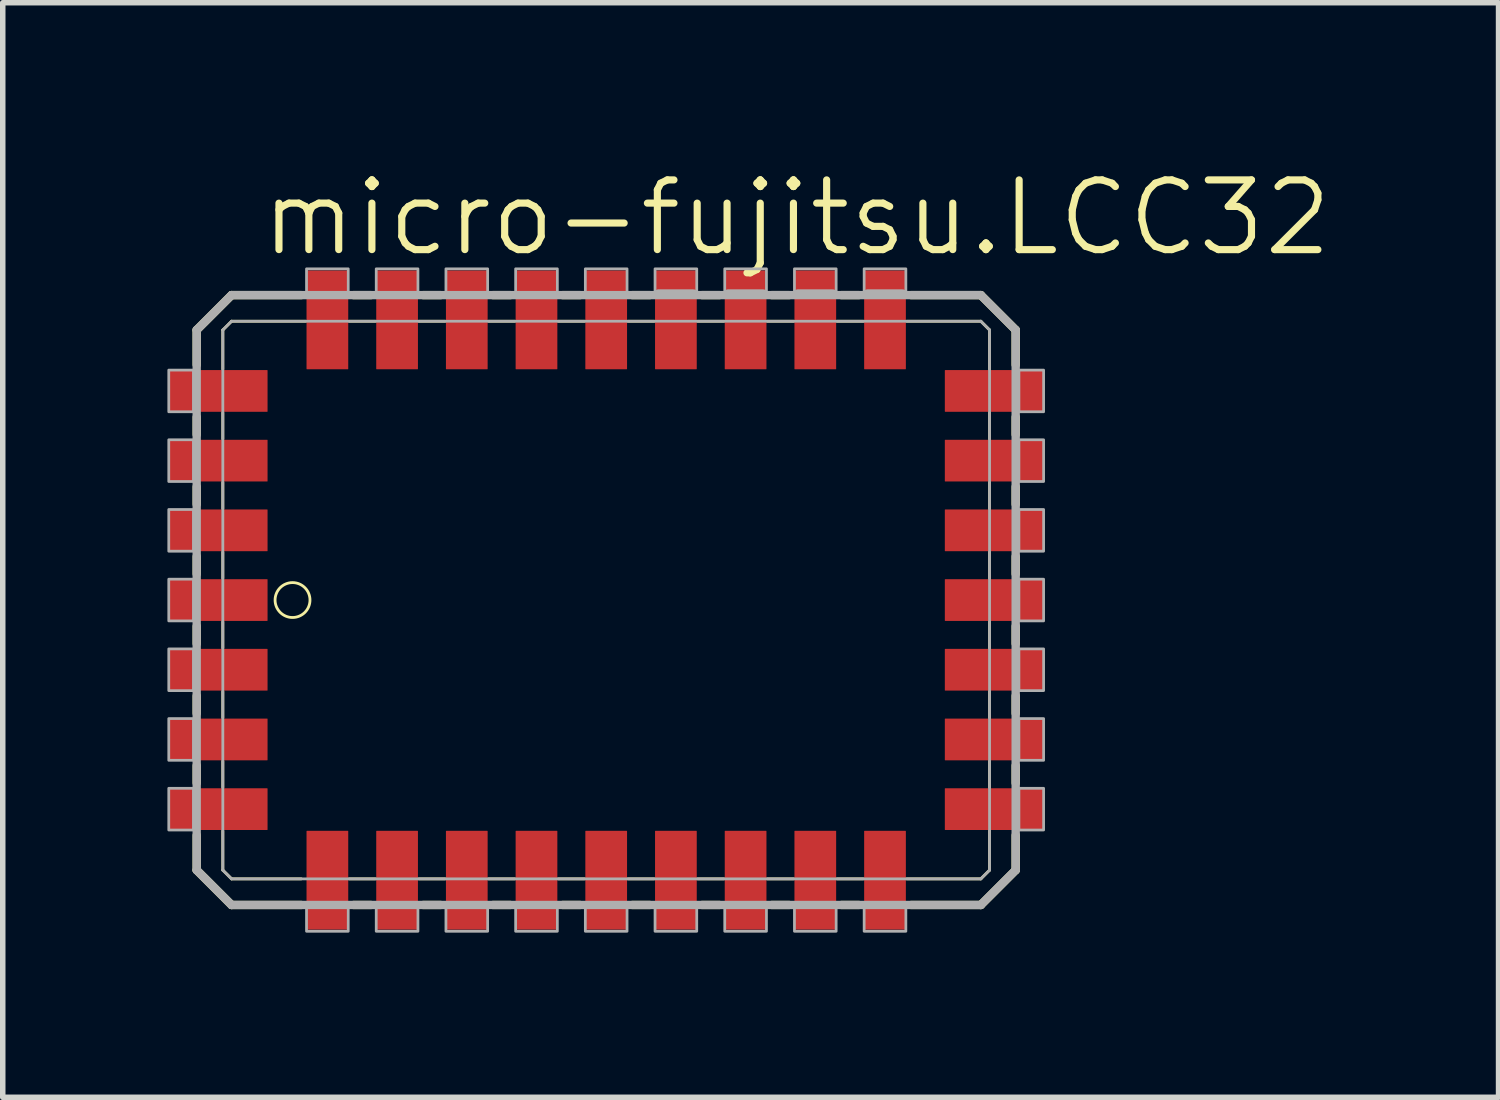
<source format=kicad_pcb>
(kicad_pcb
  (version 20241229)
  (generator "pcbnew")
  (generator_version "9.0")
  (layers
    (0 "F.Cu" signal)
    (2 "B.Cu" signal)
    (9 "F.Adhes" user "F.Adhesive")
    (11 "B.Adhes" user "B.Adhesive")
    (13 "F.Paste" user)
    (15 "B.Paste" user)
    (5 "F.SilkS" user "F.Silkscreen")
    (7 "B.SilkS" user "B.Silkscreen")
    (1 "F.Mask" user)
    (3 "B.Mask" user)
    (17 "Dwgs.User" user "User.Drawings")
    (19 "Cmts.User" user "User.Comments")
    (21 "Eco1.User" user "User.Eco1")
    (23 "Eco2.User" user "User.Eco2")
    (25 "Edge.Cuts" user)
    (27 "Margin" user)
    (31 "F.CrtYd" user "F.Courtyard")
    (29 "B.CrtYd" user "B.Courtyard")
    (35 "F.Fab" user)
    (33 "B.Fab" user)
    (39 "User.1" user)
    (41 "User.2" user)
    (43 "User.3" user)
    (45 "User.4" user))
  (footprint "micro-fujitsu.LCC32"
    (layer "F.Cu")
    (at 7.995 8.518)
    (property "Reference" "micro-fujitsu.LCC32" (at -6.35 -6.858 0) (layer "F.SilkS") (effects (font (size 1.27 1.27) (thickness 0.13)) (justify left bottom)))
    (attr smd)
    (fp_line (start -7.461 -5.556) (end -7.461 -4.921) (stroke (width 0.152) (type default)) (layer "F.SilkS"))
    (fp_line (start -7.461 -3.969) (end -7.461 -3.651) (stroke (width 0.152) (type default)) (layer "F.SilkS"))
    (fp_line (start -7.461 -2.699) (end -7.461 -2.381) (stroke (width 0.152) (type default)) (layer "F.SilkS"))
    (fp_line (start -7.461 -1.429) (end -7.461 -1.111) (stroke (width 0.152) (type default)) (layer "F.SilkS"))
    (fp_line (start -7.461 -0.159) (end -7.461 0.159) (stroke (width 0.152) (type default)) (layer "F.SilkS"))
    (fp_line (start -7.461 1.111) (end -7.461 1.429) (stroke (width 0.152) (type default)) (layer "F.SilkS"))
    (fp_line (start -7.461 2.381) (end -7.461 2.699) (stroke (width 0.152) (type default)) (layer "F.SilkS"))
    (fp_line (start -7.461 3.651) (end -7.461 4.286) (stroke (width 0.152) (type default)) (layer "F.SilkS"))
    (fp_line (start -7.461 4.286) (end -6.826 4.921) (stroke (width 0.152) (type default)) (layer "F.SilkS"))
    (fp_line (start -6.985 -5.556) (end -6.826 -5.715) (stroke (width 0.051) (type default)) (layer "F.SilkS"))
    (fp_line (start -6.985 -4.842) (end -6.985 -5.556) (stroke (width 0.051) (type default)) (layer "F.SilkS"))
    (fp_line (start -6.985 -3.572) (end -6.985 -4.048) (stroke (width 0.051) (type default)) (layer "F.SilkS"))
    (fp_line (start -6.985 -2.302) (end -6.985 -2.778) (stroke (width 0.051) (type default)) (layer "F.SilkS"))
    (fp_line (start -6.985 -1.032) (end -6.985 -1.508) (stroke (width 0.051) (type default)) (layer "F.SilkS"))
    (fp_line (start -6.985 0.238) (end -6.985 -0.238) (stroke (width 0.051) (type default)) (layer "F.SilkS"))
    (fp_line (start -6.985 1.508) (end -6.985 1.032) (stroke (width 0.051) (type default)) (layer "F.SilkS"))
    (fp_line (start -6.985 2.778) (end -6.985 2.302) (stroke (width 0.051) (type default)) (layer "F.SilkS"))
    (fp_line (start -6.985 4.286) (end -6.985 3.572) (stroke (width 0.051) (type default)) (layer "F.SilkS"))
    (fp_line (start -6.826 -6.191) (end -7.461 -5.556) (stroke (width 0.152) (type default)) (layer "F.SilkS"))
    (fp_line (start -6.826 -5.715) (end -5.477 -5.715) (stroke (width 0.051) (type default)) (layer "F.SilkS"))
    (fp_line (start -6.826 4.445) (end -6.985 4.286) (stroke (width 0.051) (type default)) (layer "F.SilkS"))
    (fp_line (start -6.826 4.921) (end -5.556 4.921) (stroke (width 0.152) (type default)) (layer "F.SilkS"))
    (fp_line (start -5.556 -6.191) (end -6.826 -6.191) (stroke (width 0.152) (type default)) (layer "F.SilkS"))
    (fp_line (start -5.556 4.445) (end -6.826 4.445) (stroke (width 0.051) (type default)) (layer "F.SilkS"))
    (fp_line (start -4.683 -5.715) (end -4.207 -5.715) (stroke (width 0.051) (type default)) (layer "F.SilkS"))
    (fp_line (start -4.604 4.921) (end -4.286 4.921) (stroke (width 0.152) (type default)) (layer "F.SilkS"))
    (fp_line (start -4.286 -6.191) (end -4.604 -6.191) (stroke (width 0.152) (type default)) (layer "F.SilkS"))
    (fp_line (start -4.207 4.445) (end -4.683 4.445) (stroke (width 0.051) (type default)) (layer "F.SilkS"))
    (fp_line (start -3.413 -5.715) (end -2.937 -5.715) (stroke (width 0.051) (type default)) (layer "F.SilkS"))
    (fp_line (start -3.334 4.921) (end -3.016 4.921) (stroke (width 0.152) (type default)) (layer "F.SilkS"))
    (fp_line (start -3.016 -6.191) (end -3.334 -6.191) (stroke (width 0.152) (type default)) (layer "F.SilkS"))
    (fp_line (start -2.937 4.445) (end -3.413 4.445) (stroke (width 0.051) (type default)) (layer "F.SilkS"))
    (fp_line (start -2.143 -5.715) (end -1.667 -5.715) (stroke (width 0.051) (type default)) (layer "F.SilkS"))
    (fp_line (start -2.064 4.921) (end -1.746 4.921) (stroke (width 0.152) (type default)) (layer "F.SilkS"))
    (fp_line (start -1.746 -6.191) (end -2.064 -6.191) (stroke (width 0.152) (type default)) (layer "F.SilkS"))
    (fp_line (start -1.667 4.445) (end -2.143 4.445) (stroke (width 0.051) (type default)) (layer "F.SilkS"))
    (fp_line (start -0.873 -5.715) (end -0.397 -5.715) (stroke (width 0.051) (type default)) (layer "F.SilkS"))
    (fp_line (start -0.794 4.921) (end -0.476 4.921) (stroke (width 0.152) (type default)) (layer "F.SilkS"))
    (fp_line (start -0.476 -6.191) (end -0.794 -6.191) (stroke (width 0.152) (type default)) (layer "F.SilkS"))
    (fp_line (start -0.397 4.445) (end -0.873 4.445) (stroke (width 0.051) (type default)) (layer "F.SilkS"))
    (fp_line (start 0.397 -5.715) (end 0.873 -5.715) (stroke (width 0.051) (type default)) (layer "F.SilkS"))
    (fp_line (start 0.476 4.921) (end 0.794 4.921) (stroke (width 0.152) (type default)) (layer "F.SilkS"))
    (fp_line (start 0.794 -6.191) (end 0.476 -6.191) (stroke (width 0.152) (type default)) (layer "F.SilkS"))
    (fp_line (start 0.873 4.445) (end 0.397 4.445) (stroke (width 0.051) (type default)) (layer "F.SilkS"))
    (fp_line (start 1.667 -5.715) (end 2.143 -5.715) (stroke (width 0.051) (type default)) (layer "F.SilkS"))
    (fp_line (start 1.746 4.921) (end 2.064 4.921) (stroke (width 0.152) (type default)) (layer "F.SilkS"))
    (fp_line (start 2.064 -6.191) (end 1.746 -6.191) (stroke (width 0.152) (type default)) (layer "F.SilkS"))
    (fp_line (start 2.143 4.445) (end 1.667 4.445) (stroke (width 0.051) (type default)) (layer "F.SilkS"))
    (fp_line (start 2.937 -5.715) (end 3.413 -5.715) (stroke (width 0.051) (type default)) (layer "F.SilkS"))
    (fp_line (start 3.016 4.921) (end 3.334 4.921) (stroke (width 0.152) (type default)) (layer "F.SilkS"))
    (fp_line (start 3.334 -6.191) (end 3.016 -6.191) (stroke (width 0.152) (type default)) (layer "F.SilkS"))
    (fp_line (start 3.413 4.445) (end 2.937 4.445) (stroke (width 0.051) (type default)) (layer "F.SilkS"))
    (fp_line (start 4.207 -5.715) (end 4.683 -5.715) (stroke (width 0.051) (type default)) (layer "F.SilkS"))
    (fp_line (start 4.286 4.921) (end 4.604 4.921) (stroke (width 0.152) (type default)) (layer "F.SilkS"))
    (fp_line (start 4.604 -6.191) (end 4.286 -6.191) (stroke (width 0.152) (type default)) (layer "F.SilkS"))
    (fp_line (start 4.683 4.445) (end 4.207 4.445) (stroke (width 0.051) (type default)) (layer "F.SilkS"))
    (fp_line (start 5.477 -5.715) (end 6.826 -5.715) (stroke (width 0.051) (type default)) (layer "F.SilkS"))
    (fp_line (start 5.556 4.921) (end 6.826 4.921) (stroke (width 0.152) (type default)) (layer "F.SilkS"))
    (fp_line (start 6.826 -6.191) (end 5.556 -6.191) (stroke (width 0.152) (type default)) (layer "F.SilkS"))
    (fp_line (start 6.826 -5.715) (end 6.985 -5.556) (stroke (width 0.051) (type default)) (layer "F.SilkS"))
    (fp_line (start 6.826 4.445) (end 5.477 4.445) (stroke (width 0.051) (type default)) (layer "F.SilkS"))
    (fp_line (start 6.826 4.921) (end 7.461 4.286) (stroke (width 0.152) (type default)) (layer "F.SilkS"))
    (fp_line (start 6.985 -5.556) (end 6.985 -4.842) (stroke (width 0.051) (type default)) (layer "F.SilkS"))
    (fp_line (start 6.985 -4.048) (end 6.985 -3.572) (stroke (width 0.051) (type default)) (layer "F.SilkS"))
    (fp_line (start 6.985 -2.778) (end 6.985 -2.302) (stroke (width 0.051) (type default)) (layer "F.SilkS"))
    (fp_line (start 6.985 -1.508) (end 6.985 -1.032) (stroke (width 0.051) (type default)) (layer "F.SilkS"))
    (fp_line (start 6.985 -0.238) (end 6.985 0.238) (stroke (width 0.051) (type default)) (layer "F.SilkS"))
    (fp_line (start 6.985 1.032) (end 6.985 1.508) (stroke (width 0.051) (type default)) (layer "F.SilkS"))
    (fp_line (start 6.985 2.302) (end 6.985 2.778) (stroke (width 0.051) (type default)) (layer "F.SilkS"))
    (fp_line (start 6.985 3.572) (end 6.985 4.286) (stroke (width 0.051) (type default)) (layer "F.SilkS"))
    (fp_line (start 6.985 4.286) (end 6.826 4.445) (stroke (width 0.051) (type default)) (layer "F.SilkS"))
    (fp_line (start 7.461 -5.556) (end 6.826 -6.191) (stroke (width 0.152) (type default)) (layer "F.SilkS"))
    (fp_line (start 7.461 -4.921) (end 7.461 -5.556) (stroke (width 0.152) (type default)) (layer "F.SilkS"))
    (fp_line (start 7.461 -3.651) (end 7.461 -3.969) (stroke (width 0.152) (type default)) (layer "F.SilkS"))
    (fp_line (start 7.461 -2.381) (end 7.461 -2.699) (stroke (width 0.152) (type default)) (layer "F.SilkS"))
    (fp_line (start 7.461 -1.111) (end 7.461 -1.429) (stroke (width 0.152) (type default)) (layer "F.SilkS"))
    (fp_line (start 7.461 0.159) (end 7.461 -0.159) (stroke (width 0.152) (type default)) (layer "F.SilkS"))
    (fp_line (start 7.461 1.429) (end 7.461 1.111) (stroke (width 0.152) (type default)) (layer "F.SilkS"))
    (fp_line (start 7.461 2.699) (end 7.461 2.381) (stroke (width 0.152) (type default)) (layer "F.SilkS"))
    (fp_line (start 7.461 4.286) (end 7.461 3.651) (stroke (width 0.152) (type default)) (layer "F.SilkS"))
    (fp_circle (center -5.715 -0.635) (end -5.397 -0.635) (stroke (width 0.051) (type default)) (fill no) (layer "F.SilkS"))
    (fp_line (start -7.461 -5.556) (end -7.461 4.286) (stroke (width 0.152) (type default)) (layer "F.Fab"))
    (fp_line (start -7.461 4.286) (end -6.826 4.921) (stroke (width 0.152) (type default)) (layer "F.Fab"))
    (fp_line (start -6.985 -5.556) (end -6.826 -5.715) (stroke (width 0.051) (type default)) (layer "F.Fab"))
    (fp_line (start -6.985 4.286) (end -6.985 -5.556) (stroke (width 0.051) (type default)) (layer "F.Fab"))
    (fp_line (start -6.826 -6.191) (end -7.461 -5.556) (stroke (width 0.152) (type default)) (layer "F.Fab"))
    (fp_line (start -6.826 -5.715) (end 6.826 -5.715) (stroke (width 0.051) (type default)) (layer "F.Fab"))
    (fp_line (start -6.826 4.445) (end -6.985 4.286) (stroke (width 0.051) (type default)) (layer "F.Fab"))
    (fp_line (start -6.826 4.921) (end 6.826 4.921) (stroke (width 0.152) (type default)) (layer "F.Fab"))
    (fp_line (start 0.95 -6.22) (end 1.59 -6.22) (stroke (width 0.152) (type default)) (layer "F.Fab"))
    (fp_line (start 2.22 -6.22) (end 2.86 -6.22) (stroke (width 0.152) (type default)) (layer "F.Fab"))
    (fp_line (start 3.49 -6.22) (end 4.13 -6.22) (stroke (width 0.152) (type default)) (layer "F.Fab"))
    (fp_line (start 4.76 -6.22) (end 5.4 -6.22) (stroke (width 0.152) (type default)) (layer "F.Fab"))
    (fp_line (start 6.826 -6.191) (end -6.826 -6.191) (stroke (width 0.152) (type default)) (layer "F.Fab"))
    (fp_line (start 6.826 -5.715) (end 6.985 -5.556) (stroke (width 0.051) (type default)) (layer "F.Fab"))
    (fp_line (start 6.826 4.445) (end -6.826 4.445) (stroke (width 0.051) (type default)) (layer "F.Fab"))
    (fp_line (start 6.826 4.921) (end 7.461 4.286) (stroke (width 0.152) (type default)) (layer "F.Fab"))
    (fp_line (start 6.985 -5.556) (end 6.985 4.286) (stroke (width 0.051) (type default)) (layer "F.Fab"))
    (fp_line (start 6.985 4.286) (end 6.826 4.445) (stroke (width 0.051) (type default)) (layer "F.Fab"))
    (fp_line (start 7.461 -5.556) (end 6.826 -6.191) (stroke (width 0.152) (type default)) (layer "F.Fab"))
    (fp_line (start 7.461 4.286) (end 7.461 -5.556) (stroke (width 0.152) (type default)) (layer "F.Fab"))
    (fp_rect (start -7.97 -4.065) (end -7.52 -4.825) (stroke (width 0.05) (type default)) (fill no) (layer "F.Fab"))
    (fp_rect (start -7.97 -2.795) (end -7.52 -3.555) (stroke (width 0.05) (type default)) (fill no) (layer "F.Fab"))
    (fp_rect (start -7.97 -1.525) (end -7.52 -2.285) (stroke (width 0.05) (type default)) (fill no) (layer "F.Fab"))
    (fp_rect (start -7.97 -0.255) (end -7.52 -1.015) (stroke (width 0.05) (type default)) (fill no) (layer "F.Fab"))
    (fp_rect (start -7.97 1.015) (end -7.52 0.255) (stroke (width 0.05) (type default)) (fill no) (layer "F.Fab"))
    (fp_rect (start -7.97 2.285) (end -7.52 1.525) (stroke (width 0.05) (type default)) (fill no) (layer "F.Fab"))
    (fp_rect (start -7.97 3.555) (end -7.52 2.795) (stroke (width 0.05) (type default)) (fill no) (layer "F.Fab"))
    (fp_rect (start -5.46 -6.22) (end -4.7 -6.67) (stroke (width 0.05) (type default)) (fill no) (layer "F.Fab"))
    (fp_rect (start -5.46 5.4) (end -4.7 4.95) (stroke (width 0.05) (type default)) (fill no) (layer "F.Fab"))
    (fp_rect (start -4.19 -6.22) (end -3.43 -6.67) (stroke (width 0.05) (type default)) (fill no) (layer "F.Fab"))
    (fp_rect (start -4.19 5.4) (end -3.43 4.95) (stroke (width 0.05) (type default)) (fill no) (layer "F.Fab"))
    (fp_rect (start -2.92 -6.22) (end -2.16 -6.67) (stroke (width 0.05) (type default)) (fill no) (layer "F.Fab"))
    (fp_rect (start -2.92 5.4) (end -2.16 4.95) (stroke (width 0.05) (type default)) (fill no) (layer "F.Fab"))
    (fp_rect (start -1.65 -6.22) (end -0.89 -6.67) (stroke (width 0.05) (type default)) (fill no) (layer "F.Fab"))
    (fp_rect (start -1.65 5.4) (end -0.89 4.95) (stroke (width 0.05) (type default)) (fill no) (layer "F.Fab"))
    (fp_rect (start -0.38 -6.22) (end 0.38 -6.67) (stroke (width 0.05) (type default)) (fill no) (layer "F.Fab"))
    (fp_rect (start -0.38 5.4) (end 0.38 4.95) (stroke (width 0.05) (type default)) (fill no) (layer "F.Fab"))
    (fp_rect (start 0.89 -6.22) (end 1.65 -6.67) (stroke (width 0.05) (type default)) (fill no) (layer "F.Fab"))
    (fp_rect (start 0.89 5.4) (end 1.65 4.95) (stroke (width 0.05) (type default)) (fill no) (layer "F.Fab"))
    (fp_rect (start 2.16 -6.22) (end 2.92 -6.67) (stroke (width 0.05) (type default)) (fill no) (layer "F.Fab"))
    (fp_rect (start 2.16 5.4) (end 2.92 4.95) (stroke (width 0.05) (type default)) (fill no) (layer "F.Fab"))
    (fp_rect (start 3.43 -6.22) (end 4.19 -6.67) (stroke (width 0.05) (type default)) (fill no) (layer "F.Fab"))
    (fp_rect (start 3.43 5.4) (end 4.19 4.95) (stroke (width 0.05) (type default)) (fill no) (layer "F.Fab"))
    (fp_rect (start 4.7 -6.22) (end 5.46 -6.67) (stroke (width 0.05) (type default)) (fill no) (layer "F.Fab"))
    (fp_rect (start 4.7 5.4) (end 5.46 4.95) (stroke (width 0.05) (type default)) (fill no) (layer "F.Fab"))
    (fp_rect (start 7.52 -4.065) (end 7.97 -4.825) (stroke (width 0.05) (type default)) (fill no) (layer "F.Fab"))
    (fp_rect (start 7.52 -2.795) (end 7.97 -3.555) (stroke (width 0.05) (type default)) (fill no) (layer "F.Fab"))
    (fp_rect (start 7.52 -1.525) (end 7.97 -2.285) (stroke (width 0.05) (type default)) (fill no) (layer "F.Fab"))
    (fp_rect (start 7.52 -0.255) (end 7.97 -1.015) (stroke (width 0.05) (type default)) (fill no) (layer "F.Fab"))
    (fp_rect (start 7.52 1.015) (end 7.97 0.255) (stroke (width 0.05) (type default)) (fill no) (layer "F.Fab"))
    (fp_rect (start 7.52 2.285) (end 7.97 1.525) (stroke (width 0.05) (type default)) (fill no) (layer "F.Fab"))
    (fp_rect (start 7.52 3.555) (end 7.97 2.795) (stroke (width 0.05) (type default)) (fill no) (layer "F.Fab"))
    (pad "1" smd roundrect (at -7.07 -0.635) (size 1.8 0.76) (layers "F.Cu" "F.Mask" "F.Paste") (roundrect_rratio 0.01))
    (pad "2" smd roundrect (at -7.07 0.635) (size 1.8 0.76) (layers "F.Cu" "F.Mask" "F.Paste") (roundrect_rratio 0.01))
    (pad "3" smd roundrect (at -7.07 1.905) (size 1.8 0.76) (layers "F.Cu" "F.Mask" "F.Paste") (roundrect_rratio 0.01))
    (pad "4" smd roundrect (at -7.07 3.175) (size 1.8 0.76) (layers "F.Cu" "F.Mask" "F.Paste") (roundrect_rratio 0.01))
    (pad "5" smd roundrect (at -5.08 4.47) (size 0.76 1.8) (layers "F.Cu" "F.Mask" "F.Paste") (roundrect_rratio 0.01))
    (pad "6" smd roundrect (at -3.81 4.47) (size 0.76 1.8) (layers "F.Cu" "F.Mask" "F.Paste") (roundrect_rratio 0.01))
    (pad "7" smd roundrect (at -2.54 4.47) (size 0.76 1.8) (layers "F.Cu" "F.Mask" "F.Paste") (roundrect_rratio 0.01))
    (pad "8" smd roundrect (at -1.27 4.47) (size 0.76 1.8) (layers "F.Cu" "F.Mask" "F.Paste") (roundrect_rratio 0.01))
    (pad "9" smd roundrect (at 0 4.47) (size 0.76 1.8) (layers "F.Cu" "F.Mask" "F.Paste") (roundrect_rratio 0.01))
    (pad "10" smd roundrect (at 1.27 4.47) (size 0.76 1.8) (layers "F.Cu" "F.Mask" "F.Paste") (roundrect_rratio 0.01))
    (pad "11" smd roundrect (at 2.54 4.47) (size 0.76 1.8) (layers "F.Cu" "F.Mask" "F.Paste") (roundrect_rratio 0.01))
    (pad "12" smd roundrect (at 3.81 4.47) (size 0.76 1.8) (layers "F.Cu" "F.Mask" "F.Paste") (roundrect_rratio 0.01))
    (pad "13" smd roundrect (at 5.08 4.47) (size 0.76 1.8) (layers "F.Cu" "F.Mask" "F.Paste") (roundrect_rratio 0.01))
    (pad "14" smd roundrect (at 7.07 3.175) (size 1.8 0.76) (layers "F.Cu" "F.Mask" "F.Paste") (roundrect_rratio 0.01))
    (pad "15" smd roundrect (at 7.07 1.905) (size 1.8 0.76) (layers "F.Cu" "F.Mask" "F.Paste") (roundrect_rratio 0.01))
    (pad "16" smd roundrect (at 7.07 0.635) (size 1.8 0.76) (layers "F.Cu" "F.Mask" "F.Paste") (roundrect_rratio 0.01))
    (pad "17" smd roundrect (at 7.07 -0.635) (size 1.8 0.76) (layers "F.Cu" "F.Mask" "F.Paste") (roundrect_rratio 0.01))
    (pad "18" smd roundrect (at 7.07 -1.905) (size 1.8 0.76) (layers "F.Cu" "F.Mask" "F.Paste") (roundrect_rratio 0.01))
    (pad "19" smd roundrect (at 7.07 -3.175) (size 1.8 0.76) (layers "F.Cu" "F.Mask" "F.Paste") (roundrect_rratio 0.01))
    (pad "20" smd roundrect (at 7.07 -4.445) (size 1.8 0.76) (layers "F.Cu" "F.Mask" "F.Paste") (roundrect_rratio 0.01))
    (pad "21" smd roundrect (at 5.08 -5.74) (size 0.76 1.8) (layers "F.Cu" "F.Mask" "F.Paste") (roundrect_rratio 0.01))
    (pad "22" smd roundrect (at 3.81 -5.74) (size 0.76 1.8) (layers "F.Cu" "F.Mask" "F.Paste") (roundrect_rratio 0.01))
    (pad "23" smd roundrect (at 2.54 -5.74) (size 0.76 1.8) (layers "F.Cu" "F.Mask" "F.Paste") (roundrect_rratio 0.01))
    (pad "24" smd roundrect (at 1.27 -5.74) (size 0.76 1.8) (layers "F.Cu" "F.Mask" "F.Paste") (roundrect_rratio 0.01))
    (pad "25" smd roundrect (at 0 -5.74) (size 0.76 1.8) (layers "F.Cu" "F.Mask" "F.Paste") (roundrect_rratio 0.01))
    (pad "26" smd roundrect (at -1.27 -5.74) (size 0.76 1.8) (layers "F.Cu" "F.Mask" "F.Paste") (roundrect_rratio 0.01))
    (pad "27" smd roundrect (at -2.54 -5.74) (size 0.76 1.8) (layers "F.Cu" "F.Mask" "F.Paste") (roundrect_rratio 0.01))
    (pad "28" smd roundrect (at -3.81 -5.74) (size 0.76 1.8) (layers "F.Cu" "F.Mask" "F.Paste") (roundrect_rratio 0.01))
    (pad "29" smd roundrect (at -5.08 -5.74) (size 0.76 1.8) (layers "F.Cu" "F.Mask" "F.Paste") (roundrect_rratio 0.01))
    (pad "30" smd roundrect (at -7.07 -4.445) (size 1.8 0.76) (layers "F.Cu" "F.Mask" "F.Paste") (roundrect_rratio 0.01))
    (pad "31" smd roundrect (at -7.07 -3.175) (size 1.8 0.76) (layers "F.Cu" "F.Mask" "F.Paste") (roundrect_rratio 0.01))
    (pad "32" smd roundrect (at -7.07 -1.905) (size 1.8 0.76) (layers "F.Cu" "F.Mask" "F.Paste") (roundrect_rratio 0.01)))
  (gr_rect
    (start -3 -3)
    (end 24.254 16.943)
    (stroke (width 0.1) (type default))
    (fill no)
    (layer "Edge.Cuts")))
</source>
